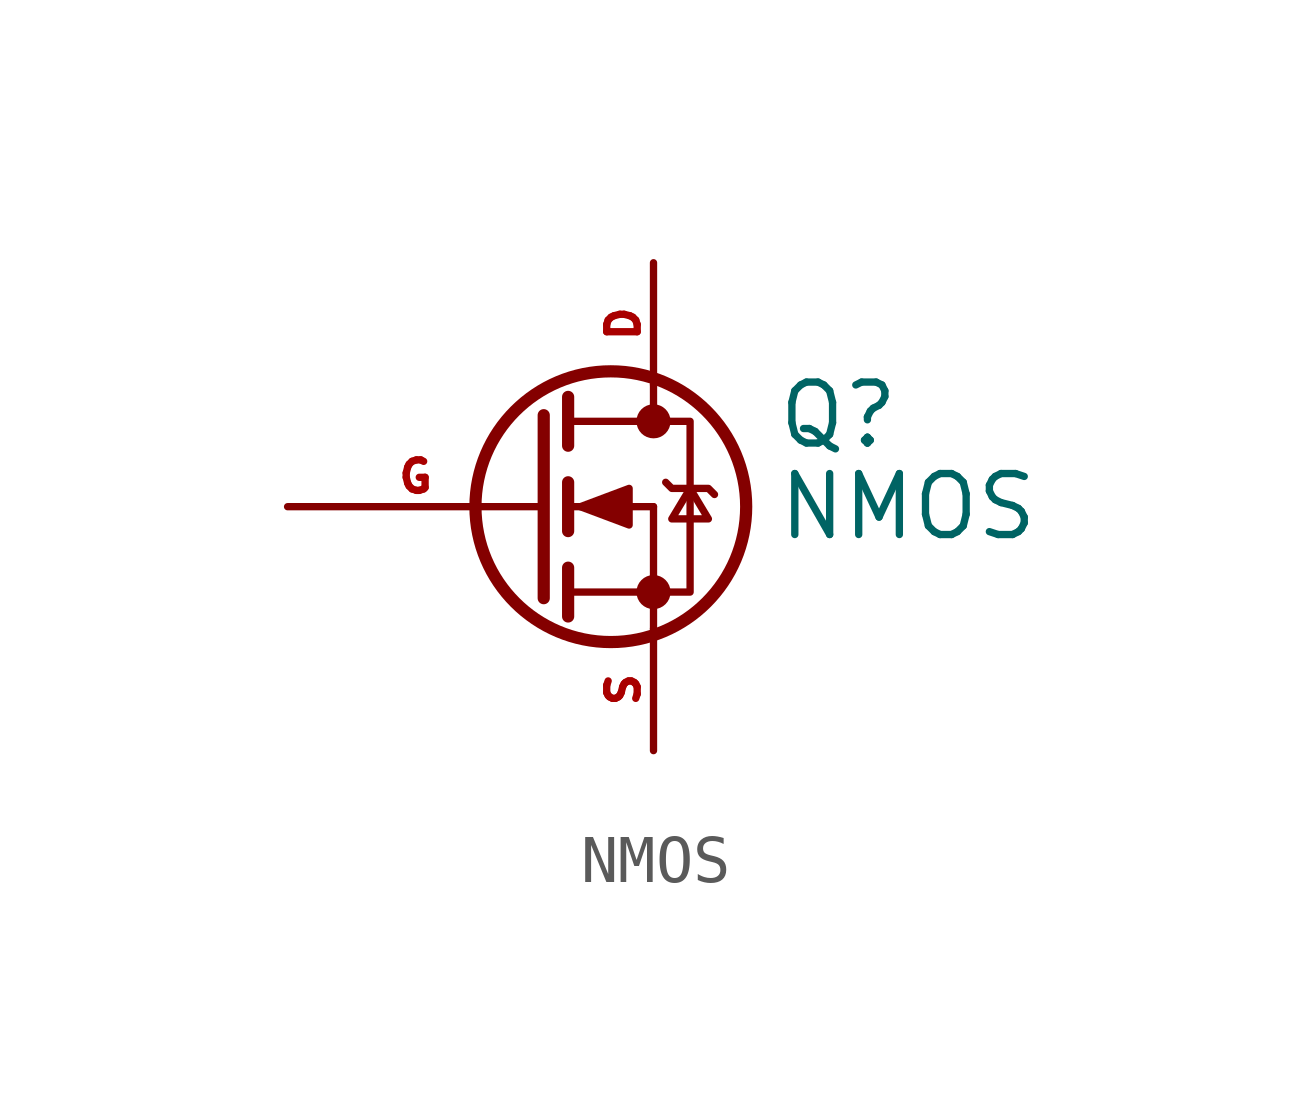
<source format=kicad_sym>
(kicad_symbol_lib
  (version 20211014)
  (generator kicad_symbol_editor)
  (symbol "NMOS"
    (pin_names
      (offset 0) hide)
    (property "Reference" "Q"
      (at 5.08 1.905 0)
      (effects (font (size 1.27 1.27)) (justify left)))
    (property "Value" "NMOS"
      (at 5.08 0 0)
      (effects (font (size 1.27 1.27)) (justify left)))
    (symbol "NMOS_0_1"
      (polyline (pts (xy 0.762 -1.778) (xy 2.54 -1.778)) (stroke (width 0) (type default) (color 0 0 0 0)) (fill (type none)))
      (polyline (pts (xy 0.762 -1.27) (xy 0.762 -2.286)) (stroke (width 0.254) (type default) (color 0 0 0 0)) (fill (type none)))
      (polyline (pts (xy 0.762 0) (xy 2.54 0)) (stroke (width 0) (type default) (color 0 0 0 0)) (fill (type none)))
      (polyline (pts (xy 0.762 0.508) (xy 0.762 -0.508)) (stroke (width 0.254) (type default) (color 0 0 0 0)) (fill (type none)))
      (polyline (pts (xy 0.762 1.778) (xy 2.54 1.778)) (stroke (width 0) (type default) (color 0 0 0 0)) (fill (type none)))
      (polyline (pts (xy 0.762 2.286) (xy 0.762 1.27)) (stroke (width 0.254) (type default) (color 0 0 0 0)) (fill (type none)))
      (polyline (pts (xy 2.54 -1.778) (xy 2.54 -2.54)) (stroke (width 0) (type default) (color 0 0 0 0)) (fill (type none)))
      (polyline (pts (xy 2.54 -1.778) (xy 2.54 0)) (stroke (width 0) (type default) (color 0 0 0 0)) (fill (type none)))
      (polyline (pts (xy 2.54 2.54) (xy 2.54 1.778)) (stroke (width 0) (type default) (color 0 0 0 0)) (fill (type none)))
      (polyline (pts (xy 0.254 1.905) (xy 0.254 -1.905) (xy 0.254 -1.905)) (stroke (width 0.254) (type default) (color 0 0 0 0)) (fill (type none)))
      (polyline (pts (xy 1.016 0) (xy 2.032 0.381) (xy 2.032 -0.381) (xy 1.016 0)) (stroke (width 0) (type default) (color 0 0 0 0)) (fill (type outline)))
      (polyline (pts (xy 2.54 -1.778) (xy 3.302 -1.778) (xy 3.302 1.778) (xy 2.54 1.778)) (stroke (width 0) (type default) (color 0 0 0 0)) (fill (type none)))
      (polyline (pts (xy 2.794 0.508) (xy 2.921 0.381) (xy 3.683 0.381) (xy 3.81 0.254)) (stroke (width 0) (type default) (color 0 0 0 0)) (fill (type none)))
      (polyline (pts (xy 3.302 0.381) (xy 2.921 -0.254) (xy 3.683 -0.254) (xy 3.302 0.381)) (stroke (width 0) (type default) (color 0 0 0 0)) (fill (type none)))
      (circle (center 1.651 0) (radius 2.819) (stroke (width 0.254) (type default) (color 0 0 0 0)) (fill (type none)))
      (circle (center 2.54 -1.778) (radius 0.279) (stroke (width 0) (type default) (color 0 0 0 0)) (fill (type outline)))
      (circle (center 2.54 1.778) (radius 0.279) (stroke (width 0) (type default) (color 0 0 0 0)) (fill (type outline))))
    (symbol "NMOS_1_1"
      (pin passive line (at 2.54 5.08 270) (length 2.54) (name "D" (effects (font (size 0.635 0.635)))) (number "D" (effects (font (size 0.635 0.635)))))
      (pin input line (at -5.08 0 0) (length 5.334) (name "G" (effects (font (size 0.635 0.635)))) (number "G" (effects (font (size 0.635 0.635)))))
      (pin passive line (at 2.54 -5.08 90) (length 2.54) (name "S" (effects (font (size 0.635 0.635)))) (number "S" (effects (font (size 0.635 0.635))))))))
</source>
